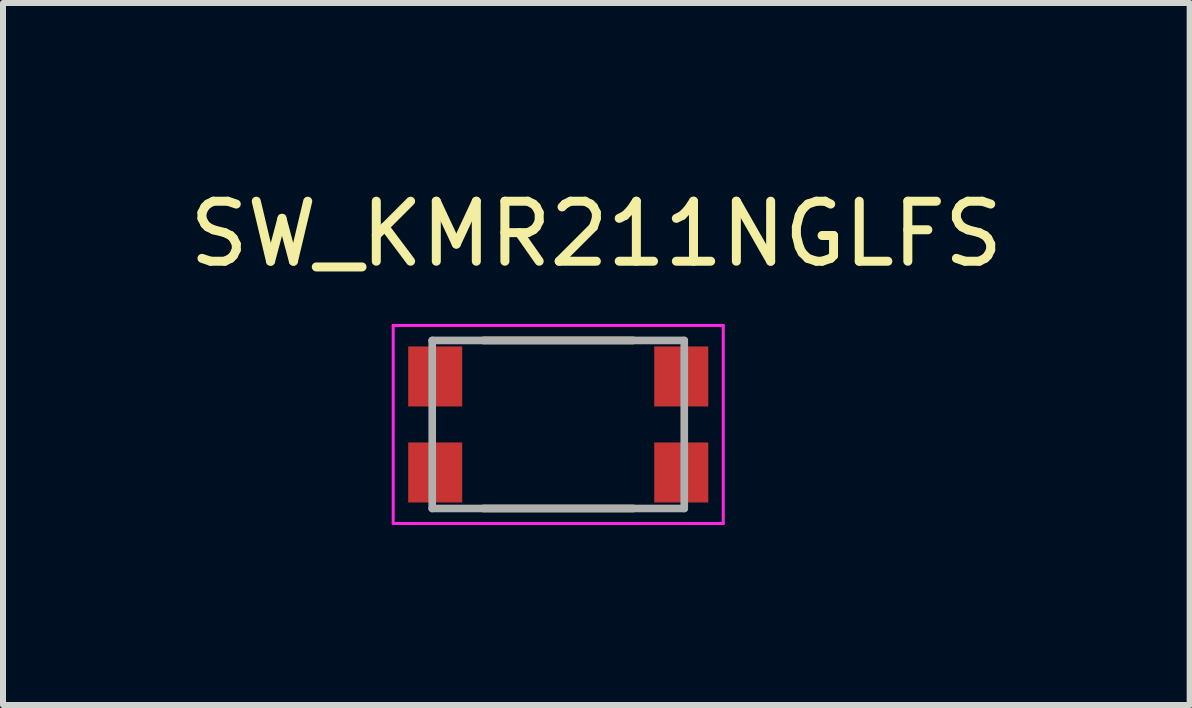
<source format=kicad_pcb>
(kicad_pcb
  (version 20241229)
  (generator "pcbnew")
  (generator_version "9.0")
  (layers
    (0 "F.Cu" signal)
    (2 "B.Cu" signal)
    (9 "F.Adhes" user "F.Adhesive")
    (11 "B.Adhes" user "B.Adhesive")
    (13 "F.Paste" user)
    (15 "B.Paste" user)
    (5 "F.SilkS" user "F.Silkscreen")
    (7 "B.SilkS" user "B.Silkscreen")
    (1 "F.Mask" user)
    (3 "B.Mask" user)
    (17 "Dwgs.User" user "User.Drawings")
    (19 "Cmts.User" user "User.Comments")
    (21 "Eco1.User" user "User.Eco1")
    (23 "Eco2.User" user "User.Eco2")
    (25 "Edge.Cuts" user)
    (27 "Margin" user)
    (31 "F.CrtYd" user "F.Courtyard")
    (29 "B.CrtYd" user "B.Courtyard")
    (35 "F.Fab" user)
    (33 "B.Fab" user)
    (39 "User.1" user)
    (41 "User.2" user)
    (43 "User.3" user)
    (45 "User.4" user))
  (footprint "SW_KMR211NGLFS"
    (layer "F.Cu")
    (at 6.252 4.023)
    (property "Reference" "SW_KMR211NGLFS" (at 0.635 -3.175 0) (layer "F.SilkS") (effects (font (size 1 1) (thickness 0.15))))
    (attr smd)
    (fp_line (start -1.25 -1.4) (end 1.25 -1.4) (stroke (width 0.127) (type solid)) (layer "F.SilkS"))
    (fp_line (start -1.25 1.4) (end 1.25 1.4) (stroke (width 0.127) (type solid)) (layer "F.SilkS"))
    (fp_line (start -2.75 -1.65) (end 2.75 -1.65) (stroke (width 0.05) (type solid)) (layer "F.CrtYd"))
    (fp_line (start -2.75 1.65) (end -2.75 -1.65) (stroke (width 0.05) (type solid)) (layer "F.CrtYd"))
    (fp_line (start 2.75 -1.65) (end 2.75 1.65) (stroke (width 0.05) (type solid)) (layer "F.CrtYd"))
    (fp_line (start 2.75 1.65) (end -2.75 1.65) (stroke (width 0.05) (type solid)) (layer "F.CrtYd"))
    (fp_line (start -2.1 -1.4) (end 2.1 -1.4) (stroke (width 0.127) (type solid)) (layer "F.Fab"))
    (fp_line (start -2.1 1.4) (end -2.1 -1.4) (stroke (width 0.127) (type solid)) (layer "F.Fab"))
    (fp_line (start 2.1 -1.4) (end 2.1 1.4) (stroke (width 0.127) (type solid)) (layer "F.Fab"))
    (fp_line (start 2.1 1.4) (end -2.1 1.4) (stroke (width 0.127) (type solid)) (layer "F.Fab"))
    (pad "1" smd rect (at -2.05 -0.8) (size 0.9 1) (layers "F.Cu" "F.Mask" "F.Paste"))
    (pad "2" smd rect (at 2.05 -0.8) (size 0.9 1) (layers "F.Cu" "F.Mask" "F.Paste"))
    (pad "3" smd rect (at -2.05 0.8) (size 0.9 1) (layers "F.Cu" "F.Mask" "F.Paste"))
    (pad "4" smd rect (at 2.05 0.8) (size 0.9 1) (layers "F.Cu" "F.Mask" "F.Paste")))
  (gr_rect
    (start -3 -3)
    (end 16.774 8.698)
    (stroke (width 0.1) (type default))
    (fill no)
    (layer "Edge.Cuts")))
</source>
